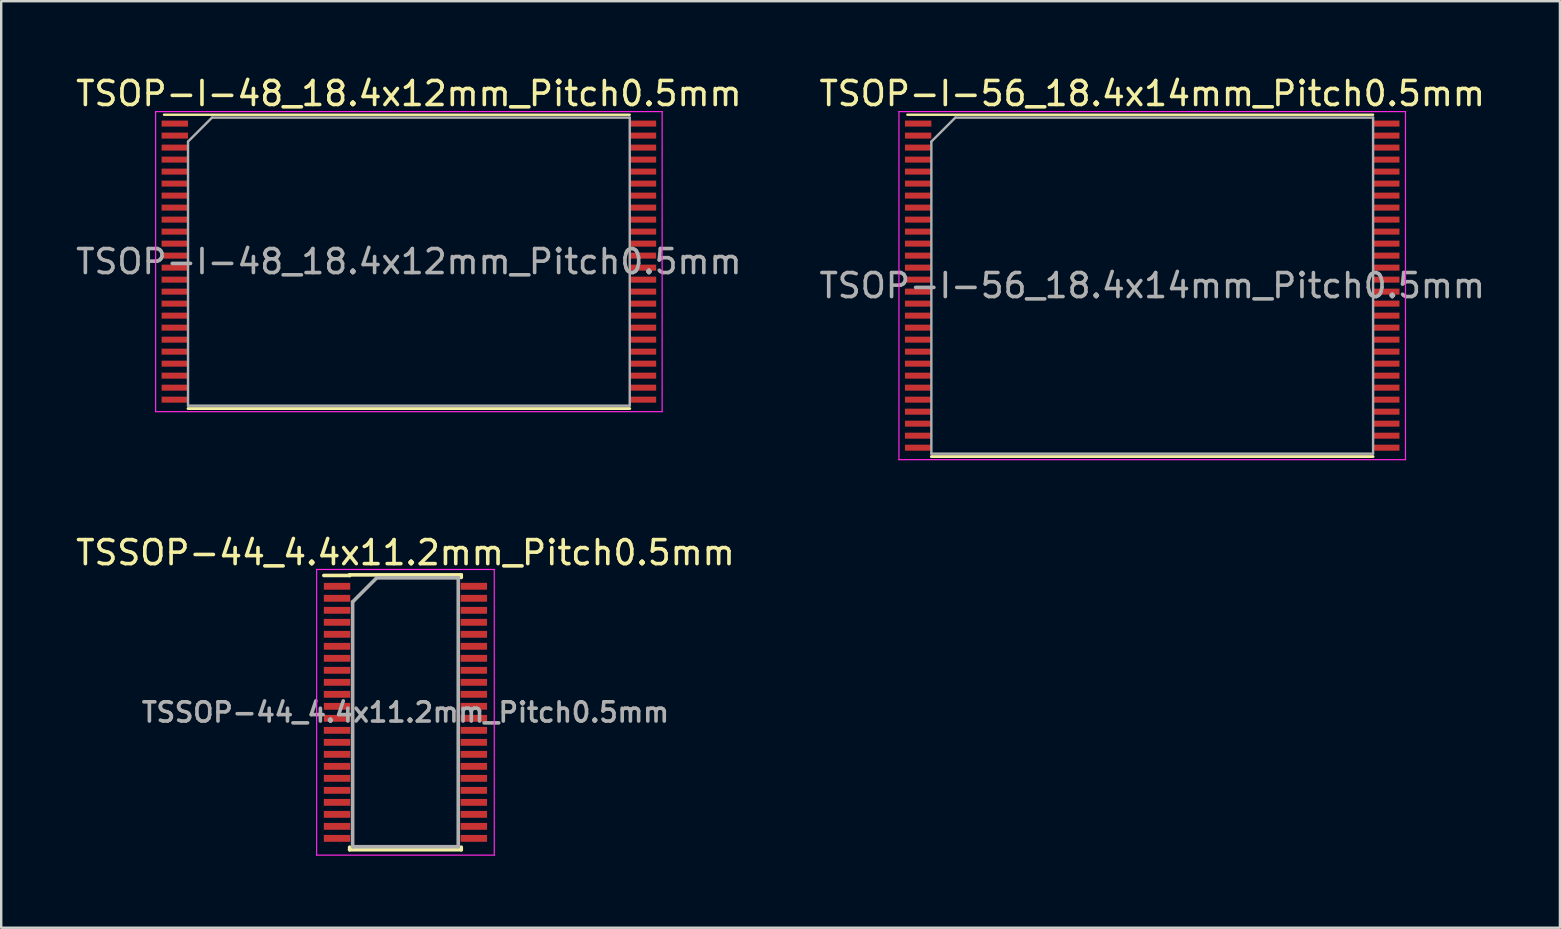
<source format=kicad_pcb>
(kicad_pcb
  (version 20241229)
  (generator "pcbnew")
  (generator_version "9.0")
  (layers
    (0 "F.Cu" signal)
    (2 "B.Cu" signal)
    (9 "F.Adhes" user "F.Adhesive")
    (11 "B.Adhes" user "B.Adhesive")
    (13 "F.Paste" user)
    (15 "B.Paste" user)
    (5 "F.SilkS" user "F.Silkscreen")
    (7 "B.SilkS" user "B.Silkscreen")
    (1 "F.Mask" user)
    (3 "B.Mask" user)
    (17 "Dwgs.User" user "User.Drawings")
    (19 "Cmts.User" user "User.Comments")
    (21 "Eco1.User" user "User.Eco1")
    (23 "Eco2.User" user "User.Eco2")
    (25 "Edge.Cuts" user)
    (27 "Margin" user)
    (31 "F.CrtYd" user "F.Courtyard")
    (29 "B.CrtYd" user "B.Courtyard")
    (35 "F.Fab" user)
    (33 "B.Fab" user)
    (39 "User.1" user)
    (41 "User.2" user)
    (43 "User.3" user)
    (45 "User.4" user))
  (footprint "TSOP-I-48_18.4x12mm_Pitch0.5mm"
    (layer "F.Cu")
    (at 13.982 7.848)
    (property "Reference" "TSOP-I-48_18.4x12mm_Pitch0.5mm" (at 0 -7 0) (layer "F.SilkS") (effects (font (size 1 1) (thickness 0.15))))
    (attr smd)
    (fp_line (start -9.2 6.12) (end 9.2 6.12) (stroke (width 0.12) (type solid)) (layer "F.SilkS"))
    (fp_line (start 9.2 -6.12) (end -10.2 -6.12) (stroke (width 0.1) (type solid)) (layer "F.SilkS"))
    (fp_line (start -10.55 -6.25) (end 10.55 -6.25) (stroke (width 0.05) (type solid)) (layer "F.CrtYd"))
    (fp_line (start -10.55 6.25) (end -10.55 -6.25) (stroke (width 0.05) (type solid)) (layer "F.CrtYd"))
    (fp_line (start 10.55 -6.25) (end 10.55 6.25) (stroke (width 0.05) (type solid)) (layer "F.CrtYd"))
    (fp_line (start 10.55 6.25) (end -10.55 6.25) (stroke (width 0.05) (type solid)) (layer "F.CrtYd"))
    (fp_line (start -9.2 6) (end -9.2 -5) (stroke (width 0.1) (type solid)) (layer "F.Fab"))
    (fp_line (start -8.2 -6) (end -9.2 -5) (stroke (width 0.1) (type solid)) (layer "F.Fab"))
    (fp_line (start -8.2 -6) (end 9.2 -6) (stroke (width 0.1) (type solid)) (layer "F.Fab"))
    (fp_line (start 9.2 -6) (end 9.2 6) (stroke (width 0.1) (type solid)) (layer "F.Fab"))
    (fp_line (start 9.2 6) (end -9.2 6) (stroke (width 0.1) (type solid)) (layer "F.Fab"))
    (fp_text user "${REFERENCE}" (at 0 0 0) (layer "F.Fab") (effects (font (size 1 1) (thickness 0.15))))
    (pad "1" smd rect (at -9.75 -5.75) (size 1.1 0.25) (layers "F.Cu" "F.Mask" "F.Paste"))
    (pad "2" smd rect (at -9.75 -5.25) (size 1.1 0.25) (layers "F.Cu" "F.Mask" "F.Paste"))
    (pad "3" smd rect (at -9.75 -4.75) (size 1.1 0.25) (layers "F.Cu" "F.Mask" "F.Paste"))
    (pad "4" smd rect (at -9.75 -4.25) (size 1.1 0.25) (layers "F.Cu" "F.Mask" "F.Paste"))
    (pad "5" smd rect (at -9.75 -3.75) (size 1.1 0.25) (layers "F.Cu" "F.Mask" "F.Paste"))
    (pad "6" smd rect (at -9.75 -3.25) (size 1.1 0.25) (layers "F.Cu" "F.Mask" "F.Paste"))
    (pad "7" smd rect (at -9.75 -2.75) (size 1.1 0.25) (layers "F.Cu" "F.Mask" "F.Paste"))
    (pad "8" smd rect (at -9.75 -2.25) (size 1.1 0.25) (layers "F.Cu" "F.Mask" "F.Paste"))
    (pad "9" smd rect (at -9.75 -1.75) (size 1.1 0.25) (layers "F.Cu" "F.Mask" "F.Paste"))
    (pad "10" smd rect (at -9.75 -1.25) (size 1.1 0.25) (layers "F.Cu" "F.Mask" "F.Paste"))
    (pad "11" smd rect (at -9.75 -0.75) (size 1.1 0.25) (layers "F.Cu" "F.Mask" "F.Paste"))
    (pad "12" smd rect (at -9.75 -0.25) (size 1.1 0.25) (layers "F.Cu" "F.Mask" "F.Paste"))
    (pad "13" smd rect (at -9.75 0.25) (size 1.1 0.25) (layers "F.Cu" "F.Mask" "F.Paste"))
    (pad "14" smd rect (at -9.75 0.75) (size 1.1 0.25) (layers "F.Cu" "F.Mask" "F.Paste"))
    (pad "15" smd rect (at -9.75 1.25) (size 1.1 0.25) (layers "F.Cu" "F.Mask" "F.Paste"))
    (pad "16" smd rect (at -9.75 1.75) (size 1.1 0.25) (layers "F.Cu" "F.Mask" "F.Paste"))
    (pad "17" smd rect (at -9.75 2.25) (size 1.1 0.25) (layers "F.Cu" "F.Mask" "F.Paste"))
    (pad "18" smd rect (at -9.75 2.75) (size 1.1 0.25) (layers "F.Cu" "F.Mask" "F.Paste"))
    (pad "19" smd rect (at -9.75 3.25) (size 1.1 0.25) (layers "F.Cu" "F.Mask" "F.Paste"))
    (pad "20" smd rect (at -9.75 3.75) (size 1.1 0.25) (layers "F.Cu" "F.Mask" "F.Paste"))
    (pad "21" smd rect (at -9.75 4.25) (size 1.1 0.25) (layers "F.Cu" "F.Mask" "F.Paste"))
    (pad "22" smd rect (at -9.75 4.75) (size 1.1 0.25) (layers "F.Cu" "F.Mask" "F.Paste"))
    (pad "23" smd rect (at -9.75 5.25) (size 1.1 0.25) (layers "F.Cu" "F.Mask" "F.Paste"))
    (pad "24" smd rect (at -9.75 5.75) (size 1.1 0.25) (layers "F.Cu" "F.Mask" "F.Paste"))
    (pad "25" smd rect (at 9.75 5.75) (size 1.1 0.25) (layers "F.Cu" "F.Mask" "F.Paste"))
    (pad "26" smd rect (at 9.75 5.25) (size 1.1 0.25) (layers "F.Cu" "F.Mask" "F.Paste"))
    (pad "27" smd rect (at 9.75 4.75) (size 1.1 0.25) (layers "F.Cu" "F.Mask" "F.Paste"))
    (pad "28" smd rect (at 9.75 4.25) (size 1.1 0.25) (layers "F.Cu" "F.Mask" "F.Paste"))
    (pad "29" smd rect (at 9.75 3.75) (size 1.1 0.25) (layers "F.Cu" "F.Mask" "F.Paste"))
    (pad "30" smd rect (at 9.75 3.25) (size 1.1 0.25) (layers "F.Cu" "F.Mask" "F.Paste"))
    (pad "31" smd rect (at 9.75 2.75) (size 1.1 0.25) (layers "F.Cu" "F.Mask" "F.Paste"))
    (pad "32" smd rect (at 9.75 2.25) (size 1.1 0.25) (layers "F.Cu" "F.Mask" "F.Paste"))
    (pad "33" smd rect (at 9.75 1.75) (size 1.1 0.25) (layers "F.Cu" "F.Mask" "F.Paste"))
    (pad "34" smd rect (at 9.75 1.25) (size 1.1 0.25) (layers "F.Cu" "F.Mask" "F.Paste"))
    (pad "35" smd rect (at 9.75 0.75) (size 1.1 0.25) (layers "F.Cu" "F.Mask" "F.Paste"))
    (pad "36" smd rect (at 9.75 0.25) (size 1.1 0.25) (layers "F.Cu" "F.Mask" "F.Paste"))
    (pad "37" smd rect (at 9.75 -0.25) (size 1.1 0.25) (layers "F.Cu" "F.Mask" "F.Paste"))
    (pad "38" smd rect (at 9.75 -0.75) (size 1.1 0.25) (layers "F.Cu" "F.Mask" "F.Paste"))
    (pad "39" smd rect (at 9.75 -1.25) (size 1.1 0.25) (layers "F.Cu" "F.Mask" "F.Paste"))
    (pad "40" smd rect (at 9.75 -1.75) (size 1.1 0.25) (layers "F.Cu" "F.Mask" "F.Paste"))
    (pad "41" smd rect (at 9.75 -2.25) (size 1.1 0.25) (layers "F.Cu" "F.Mask" "F.Paste"))
    (pad "42" smd rect (at 9.75 -2.75) (size 1.1 0.25) (layers "F.Cu" "F.Mask" "F.Paste"))
    (pad "43" smd rect (at 9.75 -3.25) (size 1.1 0.25) (layers "F.Cu" "F.Mask" "F.Paste"))
    (pad "44" smd rect (at 9.75 -3.75) (size 1.1 0.25) (layers "F.Cu" "F.Mask" "F.Paste"))
    (pad "45" smd rect (at 9.75 -4.25) (size 1.1 0.25) (layers "F.Cu" "F.Mask" "F.Paste"))
    (pad "46" smd rect (at 9.75 -4.75) (size 1.1 0.25) (layers "F.Cu" "F.Mask" "F.Paste"))
    (pad "47" smd rect (at 9.75 -5.25) (size 1.1 0.25) (layers "F.Cu" "F.Mask" "F.Paste"))
    (pad "48" smd rect (at 9.75 -5.75) (size 1.1 0.25) (layers "F.Cu" "F.Mask" "F.Paste")))
  (footprint "TSOP-I-56_18.4x14mm_Pitch0.5mm"
    (layer "F.Cu")
    (at 44.946 8.848)
    (property "Reference" "TSOP-I-56_18.4x14mm_Pitch0.5mm" (at 0 -8 0) (layer "F.SilkS") (effects (font (size 1 1) (thickness 0.15))))
    (attr smd)
    (fp_line (start -9.2 7.12) (end 9.2 7.12) (stroke (width 0.12) (type solid)) (layer "F.SilkS"))
    (fp_line (start 9.2 -7.12) (end -10.2 -7.12) (stroke (width 0.1) (type solid)) (layer "F.SilkS"))
    (fp_line (start -10.55 -7.25) (end 10.55 -7.25) (stroke (width 0.05) (type solid)) (layer "F.CrtYd"))
    (fp_line (start -10.55 7.25) (end -10.55 -7.25) (stroke (width 0.05) (type solid)) (layer "F.CrtYd"))
    (fp_line (start 10.55 -7.25) (end 10.55 7.25) (stroke (width 0.05) (type solid)) (layer "F.CrtYd"))
    (fp_line (start 10.55 7.25) (end -10.55 7.25) (stroke (width 0.05) (type solid)) (layer "F.CrtYd"))
    (fp_line (start -9.2 7) (end -9.2 -6) (stroke (width 0.1) (type solid)) (layer "F.Fab"))
    (fp_line (start -8.2 -7) (end -9.2 -6) (stroke (width 0.1) (type solid)) (layer "F.Fab"))
    (fp_line (start -8.2 -7) (end 9.2 -7) (stroke (width 0.1) (type solid)) (layer "F.Fab"))
    (fp_line (start 9.2 -7) (end 9.2 7) (stroke (width 0.1) (type solid)) (layer "F.Fab"))
    (fp_line (start 9.2 7) (end -9.2 7) (stroke (width 0.1) (type solid)) (layer "F.Fab"))
    (fp_text user "${REFERENCE}" (at 0 0 0) (layer "F.Fab") (effects (font (size 1 1) (thickness 0.15))))
    (pad "1" smd rect (at -9.75 -6.75) (size 1.1 0.25) (layers "F.Cu" "F.Mask" "F.Paste"))
    (pad "2" smd rect (at -9.75 -6.25) (size 1.1 0.25) (layers "F.Cu" "F.Mask" "F.Paste"))
    (pad "3" smd rect (at -9.75 -5.75) (size 1.1 0.25) (layers "F.Cu" "F.Mask" "F.Paste"))
    (pad "4" smd rect (at -9.75 -5.25) (size 1.1 0.25) (layers "F.Cu" "F.Mask" "F.Paste"))
    (pad "5" smd rect (at -9.75 -4.75) (size 1.1 0.25) (layers "F.Cu" "F.Mask" "F.Paste"))
    (pad "6" smd rect (at -9.75 -4.25) (size 1.1 0.25) (layers "F.Cu" "F.Mask" "F.Paste"))
    (pad "7" smd rect (at -9.75 -3.75) (size 1.1 0.25) (layers "F.Cu" "F.Mask" "F.Paste"))
    (pad "8" smd rect (at -9.75 -3.25) (size 1.1 0.25) (layers "F.Cu" "F.Mask" "F.Paste"))
    (pad "9" smd rect (at -9.75 -2.75) (size 1.1 0.25) (layers "F.Cu" "F.Mask" "F.Paste"))
    (pad "10" smd rect (at -9.75 -2.25) (size 1.1 0.25) (layers "F.Cu" "F.Mask" "F.Paste"))
    (pad "11" smd rect (at -9.75 -1.75) (size 1.1 0.25) (layers "F.Cu" "F.Mask" "F.Paste"))
    (pad "12" smd rect (at -9.75 -1.25) (size 1.1 0.25) (layers "F.Cu" "F.Mask" "F.Paste"))
    (pad "13" smd rect (at -9.75 -0.75) (size 1.1 0.25) (layers "F.Cu" "F.Mask" "F.Paste"))
    (pad "14" smd rect (at -9.75 -0.25) (size 1.1 0.25) (layers "F.Cu" "F.Mask" "F.Paste"))
    (pad "15" smd rect (at -9.75 0.25) (size 1.1 0.25) (layers "F.Cu" "F.Mask" "F.Paste"))
    (pad "16" smd rect (at -9.75 0.75) (size 1.1 0.25) (layers "F.Cu" "F.Mask" "F.Paste"))
    (pad "17" smd rect (at -9.75 1.25) (size 1.1 0.25) (layers "F.Cu" "F.Mask" "F.Paste"))
    (pad "18" smd rect (at -9.75 1.75) (size 1.1 0.25) (layers "F.Cu" "F.Mask" "F.Paste"))
    (pad "19" smd rect (at -9.75 2.25) (size 1.1 0.25) (layers "F.Cu" "F.Mask" "F.Paste"))
    (pad "20" smd rect (at -9.75 2.75) (size 1.1 0.25) (layers "F.Cu" "F.Mask" "F.Paste"))
    (pad "21" smd rect (at -9.75 3.25) (size 1.1 0.25) (layers "F.Cu" "F.Mask" "F.Paste"))
    (pad "22" smd rect (at -9.75 3.75) (size 1.1 0.25) (layers "F.Cu" "F.Mask" "F.Paste"))
    (pad "23" smd rect (at -9.75 4.25) (size 1.1 0.25) (layers "F.Cu" "F.Mask" "F.Paste"))
    (pad "24" smd rect (at -9.75 4.75) (size 1.1 0.25) (layers "F.Cu" "F.Mask" "F.Paste"))
    (pad "25" smd rect (at -9.75 5.25) (size 1.1 0.25) (layers "F.Cu" "F.Mask" "F.Paste"))
    (pad "26" smd rect (at -9.75 5.75) (size 1.1 0.25) (layers "F.Cu" "F.Mask" "F.Paste"))
    (pad "27" smd rect (at -9.75 6.25) (size 1.1 0.25) (layers "F.Cu" "F.Mask" "F.Paste"))
    (pad "28" smd rect (at -9.75 6.75) (size 1.1 0.25) (layers "F.Cu" "F.Mask" "F.Paste"))
    (pad "29" smd rect (at 9.75 6.75) (size 1.1 0.25) (layers "F.Cu" "F.Mask" "F.Paste"))
    (pad "30" smd rect (at 9.75 6.25) (size 1.1 0.25) (layers "F.Cu" "F.Mask" "F.Paste"))
    (pad "31" smd rect (at 9.75 5.75) (size 1.1 0.25) (layers "F.Cu" "F.Mask" "F.Paste"))
    (pad "32" smd rect (at 9.75 5.25) (size 1.1 0.25) (layers "F.Cu" "F.Mask" "F.Paste"))
    (pad "33" smd rect (at 9.75 4.75) (size 1.1 0.25) (layers "F.Cu" "F.Mask" "F.Paste"))
    (pad "34" smd rect (at 9.75 4.25) (size 1.1 0.25) (layers "F.Cu" "F.Mask" "F.Paste"))
    (pad "35" smd rect (at 9.75 3.75) (size 1.1 0.25) (layers "F.Cu" "F.Mask" "F.Paste"))
    (pad "36" smd rect (at 9.75 3.25) (size 1.1 0.25) (layers "F.Cu" "F.Mask" "F.Paste"))
    (pad "37" smd rect (at 9.75 2.75) (size 1.1 0.25) (layers "F.Cu" "F.Mask" "F.Paste"))
    (pad "38" smd rect (at 9.75 2.25) (size 1.1 0.25) (layers "F.Cu" "F.Mask" "F.Paste"))
    (pad "39" smd rect (at 9.75 1.75) (size 1.1 0.25) (layers "F.Cu" "F.Mask" "F.Paste"))
    (pad "40" smd rect (at 9.75 1.25) (size 1.1 0.25) (layers "F.Cu" "F.Mask" "F.Paste"))
    (pad "41" smd rect (at 9.75 0.75) (size 1.1 0.25) (layers "F.Cu" "F.Mask" "F.Paste"))
    (pad "42" smd rect (at 9.75 0.25) (size 1.1 0.25) (layers "F.Cu" "F.Mask" "F.Paste"))
    (pad "43" smd rect (at 9.75 -0.25) (size 1.1 0.25) (layers "F.Cu" "F.Mask" "F.Paste"))
    (pad "44" smd rect (at 9.75 -0.75) (size 1.1 0.25) (layers "F.Cu" "F.Mask" "F.Paste"))
    (pad "45" smd rect (at 9.75 -1.25) (size 1.1 0.25) (layers "F.Cu" "F.Mask" "F.Paste"))
    (pad "46" smd rect (at 9.75 -1.75) (size 1.1 0.25) (layers "F.Cu" "F.Mask" "F.Paste"))
    (pad "47" smd rect (at 9.75 -2.25) (size 1.1 0.25) (layers "F.Cu" "F.Mask" "F.Paste"))
    (pad "48" smd rect (at 9.75 -2.75) (size 1.1 0.25) (layers "F.Cu" "F.Mask" "F.Paste"))
    (pad "49" smd rect (at 9.75 -3.25) (size 1.1 0.25) (layers "F.Cu" "F.Mask" "F.Paste"))
    (pad "50" smd rect (at 9.75 -3.75) (size 1.1 0.25) (layers "F.Cu" "F.Mask" "F.Paste"))
    (pad "51" smd rect (at 9.75 -4.25) (size 1.1 0.25) (layers "F.Cu" "F.Mask" "F.Paste"))
    (pad "52" smd rect (at 9.75 -4.75) (size 1.1 0.25) (layers "F.Cu" "F.Mask" "F.Paste"))
    (pad "53" smd rect (at 9.75 -5.25) (size 1.1 0.25) (layers "F.Cu" "F.Mask" "F.Paste"))
    (pad "54" smd rect (at 9.75 -5.75) (size 1.1 0.25) (layers "F.Cu" "F.Mask" "F.Paste"))
    (pad "55" smd rect (at 9.75 -6.25) (size 1.1 0.25) (layers "F.Cu" "F.Mask" "F.Paste"))
    (pad "56" smd rect (at 9.75 -6.75) (size 1.1 0.25) (layers "F.Cu" "F.Mask" "F.Paste")))
  (footprint "TSSOP-44_4.4x11.2mm_Pitch0.5mm"
    (layer "F.Cu")
    (at 13.839 26.622)
    (property "Reference" "TSSOP-44_4.4x11.2mm_Pitch0.5mm" (at 0 -6.65 0) (layer "F.SilkS") (effects (font (size 1 1) (thickness 0.15))))
    (attr smd)
    (fp_line (start -2.325 -5.725) (end -2.325 -5.7) (stroke (width 0.15) (type solid)) (layer "F.SilkS"))
    (fp_line (start -2.325 -5.725) (end 2.325 -5.725) (stroke (width 0.15) (type solid)) (layer "F.SilkS"))
    (fp_line (start -2.325 -5.7) (end -3.4 -5.7) (stroke (width 0.15) (type solid)) (layer "F.SilkS"))
    (fp_line (start -2.325 5.725) (end -2.325 5.617) (stroke (width 0.15) (type solid)) (layer "F.SilkS"))
    (fp_line (start -2.325 5.725) (end 2.325 5.725) (stroke (width 0.15) (type solid)) (layer "F.SilkS"))
    (fp_line (start 2.325 -5.725) (end 2.325 -5.617) (stroke (width 0.15) (type solid)) (layer "F.SilkS"))
    (fp_line (start 2.325 5.725) (end 2.325 5.617) (stroke (width 0.15) (type solid)) (layer "F.SilkS"))
    (fp_line (start -3.7 -5.95) (end -3.7 5.95) (stroke (width 0.05) (type solid)) (layer "F.CrtYd"))
    (fp_line (start -3.7 -5.95) (end 3.7 -5.95) (stroke (width 0.05) (type solid)) (layer "F.CrtYd"))
    (fp_line (start -3.7 5.95) (end 3.7 5.95) (stroke (width 0.05) (type solid)) (layer "F.CrtYd"))
    (fp_line (start 3.7 -5.95) (end 3.7 5.95) (stroke (width 0.05) (type solid)) (layer "F.CrtYd"))
    (fp_line (start -2.2 -4.6) (end -1.2 -5.6) (stroke (width 0.15) (type solid)) (layer "F.Fab"))
    (fp_line (start -2.2 5.6) (end -2.2 -4.6) (stroke (width 0.15) (type solid)) (layer "F.Fab"))
    (fp_line (start -1.2 -5.6) (end 2.2 -5.6) (stroke (width 0.15) (type solid)) (layer "F.Fab"))
    (fp_line (start 2.2 -5.6) (end 2.2 5.6) (stroke (width 0.15) (type solid)) (layer "F.Fab"))
    (fp_line (start 2.2 5.6) (end -2.2 5.6) (stroke (width 0.15) (type solid)) (layer "F.Fab"))
    (fp_text user "${REFERENCE}" (at 0 0 0) (layer "F.Fab") (effects (font (size 0.8 0.8) (thickness 0.15))))
    (pad "1" smd rect (at -2.85 -5.25) (size 1.1 0.285) (layers "F.Cu" "F.Mask" "F.Paste"))
    (pad "2" smd rect (at -2.85 -4.75) (size 1.1 0.285) (layers "F.Cu" "F.Mask" "F.Paste"))
    (pad "3" smd rect (at -2.85 -4.25) (size 1.1 0.285) (layers "F.Cu" "F.Mask" "F.Paste"))
    (pad "4" smd rect (at -2.85 -3.75) (size 1.1 0.285) (layers "F.Cu" "F.Mask" "F.Paste"))
    (pad "5" smd rect (at -2.85 -3.25) (size 1.1 0.285) (layers "F.Cu" "F.Mask" "F.Paste"))
    (pad "6" smd rect (at -2.85 -2.75) (size 1.1 0.285) (layers "F.Cu" "F.Mask" "F.Paste"))
    (pad "7" smd rect (at -2.85 -2.25) (size 1.1 0.285) (layers "F.Cu" "F.Mask" "F.Paste"))
    (pad "8" smd rect (at -2.85 -1.75) (size 1.1 0.285) (layers "F.Cu" "F.Mask" "F.Paste"))
    (pad "9" smd rect (at -2.85 -1.25) (size 1.1 0.285) (layers "F.Cu" "F.Mask" "F.Paste"))
    (pad "10" smd rect (at -2.85 -0.75) (size 1.1 0.285) (layers "F.Cu" "F.Mask" "F.Paste"))
    (pad "11" smd rect (at -2.85 -0.25) (size 1.1 0.285) (layers "F.Cu" "F.Mask" "F.Paste"))
    (pad "12" smd rect (at -2.85 0.25) (size 1.1 0.285) (layers "F.Cu" "F.Mask" "F.Paste"))
    (pad "13" smd rect (at -2.85 0.75) (size 1.1 0.285) (layers "F.Cu" "F.Mask" "F.Paste"))
    (pad "14" smd rect (at -2.85 1.25) (size 1.1 0.285) (layers "F.Cu" "F.Mask" "F.Paste"))
    (pad "15" smd rect (at -2.85 1.75) (size 1.1 0.285) (layers "F.Cu" "F.Mask" "F.Paste"))
    (pad "16" smd rect (at -2.85 2.25) (size 1.1 0.285) (layers "F.Cu" "F.Mask" "F.Paste"))
    (pad "17" smd rect (at -2.85 2.75) (size 1.1 0.285) (layers "F.Cu" "F.Mask" "F.Paste"))
    (pad "18" smd rect (at -2.85 3.25) (size 1.1 0.285) (layers "F.Cu" "F.Mask" "F.Paste"))
    (pad "19" smd rect (at -2.85 3.75) (size 1.1 0.285) (layers "F.Cu" "F.Mask" "F.Paste"))
    (pad "20" smd rect (at -2.85 4.25) (size 1.1 0.285) (layers "F.Cu" "F.Mask" "F.Paste"))
    (pad "21" smd rect (at -2.85 4.75) (size 1.1 0.285) (layers "F.Cu" "F.Mask" "F.Paste"))
    (pad "22" smd rect (at -2.85 5.25) (size 1.1 0.285) (layers "F.Cu" "F.Mask" "F.Paste"))
    (pad "23" smd rect (at 2.85 5.25) (size 1.1 0.285) (layers "F.Cu" "F.Mask" "F.Paste"))
    (pad "24" smd rect (at 2.85 4.75) (size 1.1 0.285) (layers "F.Cu" "F.Mask" "F.Paste"))
    (pad "25" smd rect (at 2.85 4.25) (size 1.1 0.285) (layers "F.Cu" "F.Mask" "F.Paste"))
    (pad "26" smd rect (at 2.85 3.75) (size 1.1 0.285) (layers "F.Cu" "F.Mask" "F.Paste"))
    (pad "27" smd rect (at 2.85 3.25) (size 1.1 0.285) (layers "F.Cu" "F.Mask" "F.Paste"))
    (pad "28" smd rect (at 2.85 2.75) (size 1.1 0.285) (layers "F.Cu" "F.Mask" "F.Paste"))
    (pad "29" smd rect (at 2.85 2.25) (size 1.1 0.285) (layers "F.Cu" "F.Mask" "F.Paste"))
    (pad "30" smd rect (at 2.85 1.75) (size 1.1 0.285) (layers "F.Cu" "F.Mask" "F.Paste"))
    (pad "31" smd rect (at 2.85 1.25) (size 1.1 0.285) (layers "F.Cu" "F.Mask" "F.Paste"))
    (pad "32" smd rect (at 2.85 0.75) (size 1.1 0.285) (layers "F.Cu" "F.Mask" "F.Paste"))
    (pad "33" smd rect (at 2.85 0.25) (size 1.1 0.285) (layers "F.Cu" "F.Mask" "F.Paste"))
    (pad "34" smd rect (at 2.85 -0.25) (size 1.1 0.285) (layers "F.Cu" "F.Mask" "F.Paste"))
    (pad "35" smd rect (at 2.85 -0.75) (size 1.1 0.285) (layers "F.Cu" "F.Mask" "F.Paste"))
    (pad "36" smd rect (at 2.85 -1.25) (size 1.1 0.285) (layers "F.Cu" "F.Mask" "F.Paste"))
    (pad "37" smd rect (at 2.85 -1.75) (size 1.1 0.285) (layers "F.Cu" "F.Mask" "F.Paste"))
    (pad "38" smd rect (at 2.85 -2.25) (size 1.1 0.285) (layers "F.Cu" "F.Mask" "F.Paste"))
    (pad "39" smd rect (at 2.85 -2.75) (size 1.1 0.285) (layers "F.Cu" "F.Mask" "F.Paste"))
    (pad "40" smd rect (at 2.85 -3.25) (size 1.1 0.285) (layers "F.Cu" "F.Mask" "F.Paste"))
    (pad "41" smd rect (at 2.85 -3.75) (size 1.1 0.285) (layers "F.Cu" "F.Mask" "F.Paste"))
    (pad "42" smd rect (at 2.85 -4.25) (size 1.1 0.285) (layers "F.Cu" "F.Mask" "F.Paste"))
    (pad "43" smd rect (at 2.85 -4.75) (size 1.1 0.285) (layers "F.Cu" "F.Mask" "F.Paste"))
    (pad "44" smd rect (at 2.85 -5.25) (size 1.1 0.285) (layers "F.Cu" "F.Mask" "F.Paste")))
  (gr_rect
    (start -3 -3)
    (end 61.929 35.596)
    (stroke (width 0.1) (type default))
    (fill no)
    (layer "Edge.Cuts")))
</source>
